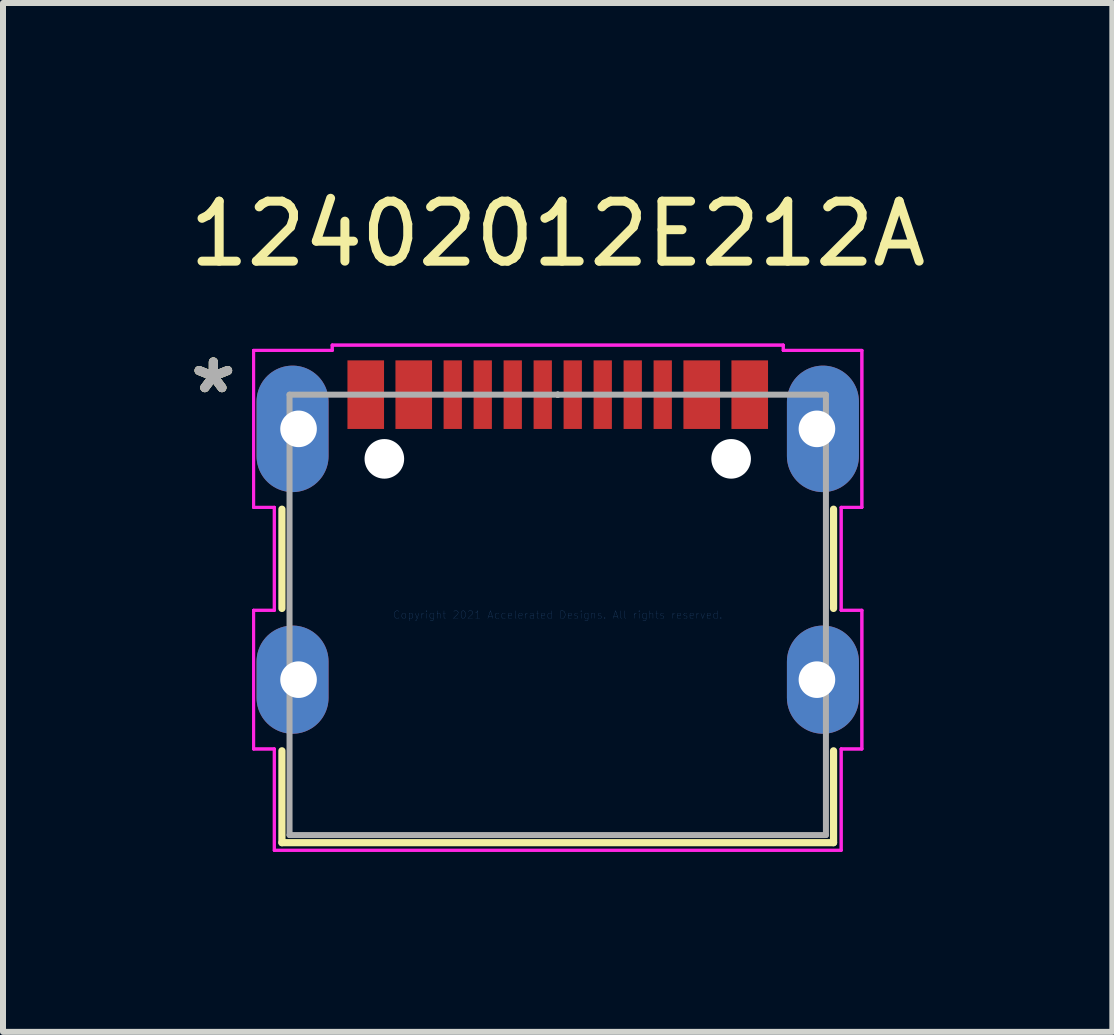
<source format=kicad_pcb>
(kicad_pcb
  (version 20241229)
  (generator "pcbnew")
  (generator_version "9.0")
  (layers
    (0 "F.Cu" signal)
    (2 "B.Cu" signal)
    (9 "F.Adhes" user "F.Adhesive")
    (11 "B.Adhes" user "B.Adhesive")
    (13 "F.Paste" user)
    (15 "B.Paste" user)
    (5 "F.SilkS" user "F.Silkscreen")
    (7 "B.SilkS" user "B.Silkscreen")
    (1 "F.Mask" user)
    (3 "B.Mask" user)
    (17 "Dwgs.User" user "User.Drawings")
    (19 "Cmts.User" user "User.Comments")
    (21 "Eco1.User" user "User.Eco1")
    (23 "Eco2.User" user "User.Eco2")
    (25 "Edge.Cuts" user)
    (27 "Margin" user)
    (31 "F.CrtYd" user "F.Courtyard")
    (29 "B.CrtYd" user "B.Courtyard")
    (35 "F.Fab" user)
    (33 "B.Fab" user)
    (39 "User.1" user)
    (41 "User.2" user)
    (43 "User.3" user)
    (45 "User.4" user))
  (footprint "12402012E212A"
    (layer "F.Cu")
    (at 6.246 7.198)
    (property "Reference" "12402012E212A" (at 0 -6.35 0) (layer "F.SilkS") (effects (font (size 1 1) (thickness 0.15))))
    (attr through_hole)
    (fp_line (start -4.597 -1.761) (end -4.597 -0.107) (stroke (width 0.12) (type solid)) (layer "F.SilkS"))
    (fp_line (start -4.597 2.266) (end -4.597 3.797) (stroke (width 0.12) (type solid)) (layer "F.SilkS"))
    (fp_line (start -4.597 3.797) (end 4.597 3.797) (stroke (width 0.12) (type solid)) (layer "F.SilkS"))
    (fp_line (start 4.597 -0.107) (end 4.597 -1.761) (stroke (width 0.12) (type solid)) (layer "F.SilkS"))
    (fp_line (start 4.597 3.797) (end 4.597 2.266) (stroke (width 0.12) (type solid)) (layer "F.SilkS"))
    (fp_line (start -5.069 -4.408) (end -5.069 -1.792) (stroke (width 0.05) (type solid)) (layer "F.CrtYd"))
    (fp_line (start -5.069 -4.408) (end -5.069 -1.792) (stroke (width 0.05) (type solid)) (layer "F.CrtYd"))
    (fp_line (start -5.069 -1.792) (end -4.724 -1.792) (stroke (width 0.05) (type solid)) (layer "F.CrtYd"))
    (fp_line (start -5.069 -1.792) (end -4.724 -1.792) (stroke (width 0.05) (type solid)) (layer "F.CrtYd"))
    (fp_line (start -5.069 -0.076) (end -5.069 2.235) (stroke (width 0.05) (type solid)) (layer "F.CrtYd"))
    (fp_line (start -5.069 -0.076) (end -5.069 2.235) (stroke (width 0.05) (type solid)) (layer "F.CrtYd"))
    (fp_line (start -5.069 2.235) (end -4.724 2.235) (stroke (width 0.05) (type solid)) (layer "F.CrtYd"))
    (fp_line (start -5.069 2.235) (end -4.724 2.235) (stroke (width 0.05) (type solid)) (layer "F.CrtYd"))
    (fp_line (start -4.724 -1.792) (end -4.724 -0.076) (stroke (width 0.05) (type solid)) (layer "F.CrtYd"))
    (fp_line (start -4.724 -1.792) (end -4.724 -0.076) (stroke (width 0.05) (type solid)) (layer "F.CrtYd"))
    (fp_line (start -4.724 -0.076) (end -5.069 -0.076) (stroke (width 0.05) (type solid)) (layer "F.CrtYd"))
    (fp_line (start -4.724 -0.076) (end -5.069 -0.076) (stroke (width 0.05) (type solid)) (layer "F.CrtYd"))
    (fp_line (start -4.724 2.235) (end -4.724 3.924) (stroke (width 0.05) (type solid)) (layer "F.CrtYd"))
    (fp_line (start -4.724 2.235) (end -4.724 3.924) (stroke (width 0.05) (type solid)) (layer "F.CrtYd"))
    (fp_line (start -4.724 3.924) (end 4.724 3.924) (stroke (width 0.05) (type solid)) (layer "F.CrtYd"))
    (fp_line (start -4.724 3.924) (end 4.724 3.924) (stroke (width 0.05) (type solid)) (layer "F.CrtYd"))
    (fp_line (start -3.759 -4.496) (end -3.759 -4.408) (stroke (width 0.05) (type solid)) (layer "F.CrtYd"))
    (fp_line (start -3.759 -4.496) (end -3.759 -4.408) (stroke (width 0.05) (type solid)) (layer "F.CrtYd"))
    (fp_line (start -3.759 -4.408) (end -5.069 -4.408) (stroke (width 0.05) (type solid)) (layer "F.CrtYd"))
    (fp_line (start -3.759 -4.408) (end -5.069 -4.408) (stroke (width 0.05) (type solid)) (layer "F.CrtYd"))
    (fp_line (start 3.759 -4.496) (end -3.759 -4.496) (stroke (width 0.05) (type solid)) (layer "F.CrtYd"))
    (fp_line (start 3.759 -4.496) (end -3.759 -4.496) (stroke (width 0.05) (type solid)) (layer "F.CrtYd"))
    (fp_line (start 3.759 -4.408) (end 3.759 -4.496) (stroke (width 0.05) (type solid)) (layer "F.CrtYd"))
    (fp_line (start 3.759 -4.408) (end 3.759 -4.496) (stroke (width 0.05) (type solid)) (layer "F.CrtYd"))
    (fp_line (start 4.724 -1.792) (end 5.069 -1.792) (stroke (width 0.05) (type solid)) (layer "F.CrtYd"))
    (fp_line (start 4.724 -1.792) (end 5.069 -1.792) (stroke (width 0.05) (type solid)) (layer "F.CrtYd"))
    (fp_line (start 4.724 -0.076) (end 4.724 -1.792) (stroke (width 0.05) (type solid)) (layer "F.CrtYd"))
    (fp_line (start 4.724 -0.076) (end 4.724 -1.792) (stroke (width 0.05) (type solid)) (layer "F.CrtYd"))
    (fp_line (start 4.724 2.235) (end 5.069 2.235) (stroke (width 0.05) (type solid)) (layer "F.CrtYd"))
    (fp_line (start 4.724 2.235) (end 5.069 2.235) (stroke (width 0.05) (type solid)) (layer "F.CrtYd"))
    (fp_line (start 4.724 3.924) (end 4.724 2.235) (stroke (width 0.05) (type solid)) (layer "F.CrtYd"))
    (fp_line (start 4.724 3.924) (end 4.724 2.235) (stroke (width 0.05) (type solid)) (layer "F.CrtYd"))
    (fp_line (start 5.069 -4.408) (end 3.759 -4.408) (stroke (width 0.05) (type solid)) (layer "F.CrtYd"))
    (fp_line (start 5.069 -4.408) (end 3.759 -4.408) (stroke (width 0.05) (type solid)) (layer "F.CrtYd"))
    (fp_line (start 5.069 -1.792) (end 5.069 -4.408) (stroke (width 0.05) (type solid)) (layer "F.CrtYd"))
    (fp_line (start 5.069 -1.792) (end 5.069 -4.408) (stroke (width 0.05) (type solid)) (layer "F.CrtYd"))
    (fp_line (start 5.069 -0.076) (end 4.724 -0.076) (stroke (width 0.05) (type solid)) (layer "F.CrtYd"))
    (fp_line (start 5.069 -0.076) (end 4.724 -0.076) (stroke (width 0.05) (type solid)) (layer "F.CrtYd"))
    (fp_line (start 5.069 2.235) (end 5.069 -0.076) (stroke (width 0.05) (type solid)) (layer "F.CrtYd"))
    (fp_line (start 5.069 2.235) (end 5.069 -0.076) (stroke (width 0.05) (type solid)) (layer "F.CrtYd"))
    (fp_line (start -4.47 -3.67) (end -4.47 3.67) (stroke (width 0.1) (type solid)) (layer "F.Fab"))
    (fp_line (start -4.47 3.67) (end 4.47 3.67) (stroke (width 0.1) (type solid)) (layer "F.Fab"))
    (fp_line (start 0 -3.67) (end 0 -3.67) (stroke (width 0.1) (type solid)) (layer "F.Fab"))
    (fp_line (start 0 -3.67) (end 0 -3.67) (stroke (width 0.1) (type solid)) (layer "F.Fab"))
    (fp_line (start 0 -3.67) (end 0 -3.67) (stroke (width 0.1) (type solid)) (layer "F.Fab"))
    (fp_line (start 0 -3.67) (end 0 -3.67) (stroke (width 0.1) (type solid)) (layer "F.Fab"))
    (fp_line (start 4.47 -3.67) (end -4.47 -3.67) (stroke (width 0.1) (type solid)) (layer "F.Fab"))
    (fp_line (start 4.47 3.67) (end 4.47 -3.67) (stroke (width 0.1) (type solid)) (layer "F.Fab"))
    (fp_text user "*" (at -5.74 -3.67 0) (layer "F.SilkS") (effects (font (size 1 1) (thickness 0.15))))
    (fp_text user "*" (at -5.74 -3.67 0) (layer "F.SilkS") (effects (font (size 1 1) (thickness 0.15))))
    (fp_text user "Copyright 2021 Accelerated Designs. All rights reserved." (at 0 0 0) (layer "Cmts.User") (effects (font (size 0.127 0.127) (thickness 0.002))))
    (fp_text user "*" (at -5.74 -3.67 0) (layer "F.Fab") (effects (font (size 1 1) (thickness 0.15))))
    (fp_text user "*" (at -5.74 -3.67 0) (layer "F.Fab") (effects (font (size 1 1) (thickness 0.15))))
    (pad "" np_thru_hole oval (at -4.32 -3.1) (size 0.61 1.8) (drill 0.61) (layers "*.Cu" "*.Mask"))
    (pad "" np_thru_hole oval (at -4.32 1.08) (size 0.61 1.5) (drill 0.61) (layers "*.Cu" "*.Mask"))
    (pad "" np_thru_hole circle (at -2.89 -2.6) (size 0.66 0.66) (drill 0.66) (layers "*.Cu" "*.Mask"))
    (pad "" np_thru_hole circle (at 2.89 -2.6) (size 0.66 0.66) (drill 0.66) (layers "*.Cu" "*.Mask"))
    (pad "" np_thru_hole oval (at 4.32 -3.1) (size 0.61 1.8) (drill 0.61) (layers "*.Cu" "*.Mask"))
    (pad "" np_thru_hole oval (at 4.32 1.08) (size 0.61 1.5) (drill 0.61) (layers "*.Cu" "*.Mask"))
    (pad "13" smd oval (at -4.42 -3.1) (size 1.2 2.108) (layers "F.Cu" "F.Mask" "F.Paste"))
    (pad "13" smd oval (at -4.42 -3.1) (size 1.2 2.108) (layers "B.Cu" "B.Mask" "B.Paste"))
    (pad "14" smd oval (at 4.42 -3.1) (size 1.2 2.108) (layers "F.Cu" "F.Mask" "F.Paste"))
    (pad "14" smd oval (at 4.42 -3.1) (size 1.2 2.108) (layers "B.Cu" "B.Mask" "B.Paste"))
    (pad "15" smd oval (at -4.42 1.08) (size 1.2 1.803) (layers "F.Cu" "F.Mask" "F.Paste"))
    (pad "15" smd oval (at -4.42 1.08) (size 1.2 1.803) (layers "B.Cu" "B.Mask" "B.Paste"))
    (pad "16" smd oval (at 4.42 1.08) (size 1.2 1.803) (layers "F.Cu" "F.Mask" "F.Paste"))
    (pad "16" smd oval (at 4.42 1.08) (size 1.2 1.803) (layers "B.Cu" "B.Mask" "B.Paste"))
    (pad "A1-B12" smd rect (at -3.2 -3.67) (size 0.61 1.143) (layers "F.Cu" "F.Mask" "F.Paste"))
    (pad "A4-B9" smd rect (at -2.4 -3.67) (size 0.61 1.143) (layers "F.Cu" "F.Mask" "F.Paste"))
    (pad "A5" smd rect (at -1.25 -3.67) (size 0.305 1.143) (layers "F.Cu" "F.Mask" "F.Paste"))
    (pad "A6" smd rect (at -0.25 -3.67) (size 0.305 1.143) (layers "F.Cu" "F.Mask" "F.Paste"))
    (pad "A7" smd rect (at 0.25 -3.67) (size 0.305 1.143) (layers "F.Cu" "F.Mask" "F.Paste"))
    (pad "A8" smd rect (at 1.25 -3.67) (size 0.305 1.143) (layers "F.Cu" "F.Mask" "F.Paste"))
    (pad "B1-A12" smd rect (at 3.2 -3.67) (size 0.61 1.143) (layers "F.Cu" "F.Mask" "F.Paste"))
    (pad "B4-A9" smd rect (at 2.4 -3.67) (size 0.61 1.143) (layers "F.Cu" "F.Mask" "F.Paste"))
    (pad "B5" smd rect (at 1.75 -3.67) (size 0.305 1.143) (layers "F.Cu" "F.Mask" "F.Paste"))
    (pad "B6" smd rect (at 0.75 -3.67) (size 0.305 1.143) (layers "F.Cu" "F.Mask" "F.Paste"))
    (pad "B7" smd rect (at -0.75 -3.67) (size 0.305 1.143) (layers "F.Cu" "F.Mask" "F.Paste"))
    (pad "B8" smd rect (at -1.75 -3.67) (size 0.305 1.143) (layers "F.Cu" "F.Mask" "F.Paste")))
  (gr_rect
    (start -3 -3)
    (end 15.49 14.148)
    (stroke (width 0.1) (type default))
    (fill no)
    (layer "Edge.Cuts")))
</source>
